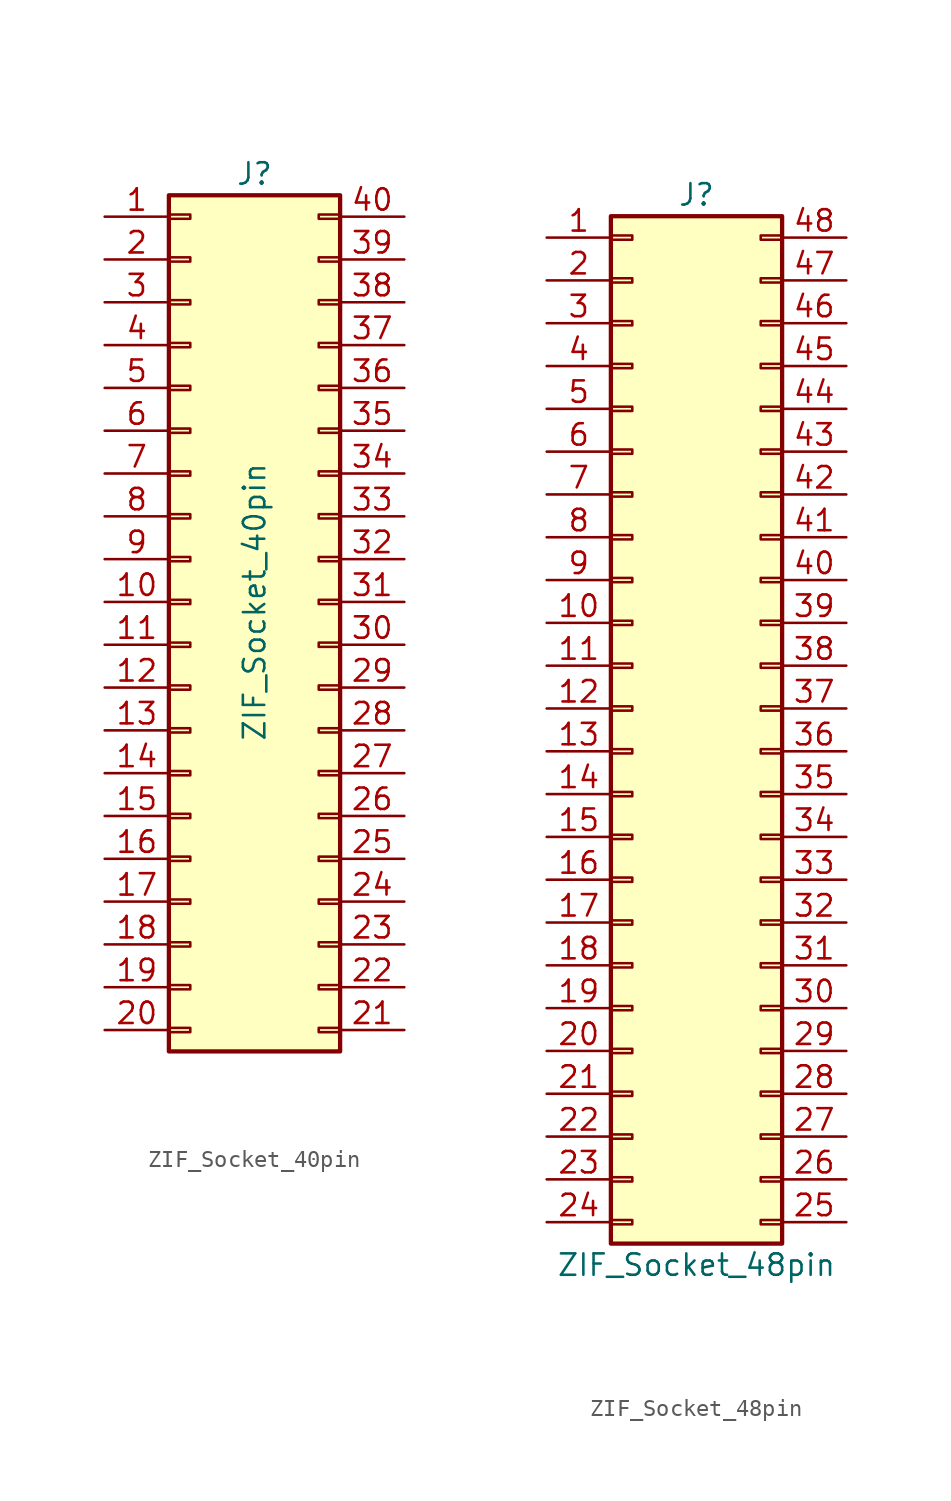
<source format=kicad_sym>
(kicad_symbol_lib
  (version 20211014)
  (generator kicad_symbol_editor)
  (symbol "ZIF_Socket_40pin"
    (pin_names
      (offset 1.016) hide)
    (property "Reference" "J"
      (at 3.81 25.4 0)
      (effects (font (size 1.27 1.27))))
    (property "Value" "ZIF_Socket_40pin"
      (at 3.81 0 90)
      (effects (font (size 1.27 1.27))))
    (symbol "ZIF_Socket_40pin_1_1"
      (rectangle (start -1.27 -25.273) (end 0 -25.527) (stroke (width 0.152) (type default) (color 0 0 0 0)) (fill (type none)))
      (rectangle (start -1.27 -22.733) (end 0 -22.987) (stroke (width 0.152) (type default) (color 0 0 0 0)) (fill (type none)))
      (rectangle (start -1.27 -20.193) (end 0 -20.447) (stroke (width 0.152) (type default) (color 0 0 0 0)) (fill (type none)))
      (rectangle (start -1.27 -17.653) (end 0 -17.907) (stroke (width 0.152) (type default) (color 0 0 0 0)) (fill (type none)))
      (rectangle (start -1.27 -15.113) (end 0 -15.367) (stroke (width 0.152) (type default) (color 0 0 0 0)) (fill (type none)))
      (rectangle (start -1.27 -12.573) (end 0 -12.827) (stroke (width 0.152) (type default) (color 0 0 0 0)) (fill (type none)))
      (rectangle (start -1.27 -10.033) (end 0 -10.287) (stroke (width 0.152) (type default) (color 0 0 0 0)) (fill (type none)))
      (rectangle (start -1.27 -7.493) (end 0 -7.747) (stroke (width 0.152) (type default) (color 0 0 0 0)) (fill (type none)))
      (rectangle (start -1.27 -4.953) (end 0 -5.207) (stroke (width 0.152) (type default) (color 0 0 0 0)) (fill (type none)))
      (rectangle (start -1.27 -2.413) (end 0 -2.667) (stroke (width 0.152) (type default) (color 0 0 0 0)) (fill (type none)))
      (rectangle (start -1.27 0.127) (end 0 -0.127) (stroke (width 0.152) (type default) (color 0 0 0 0)) (fill (type none)))
      (rectangle (start -1.27 2.667) (end 0 2.413) (stroke (width 0.152) (type default) (color 0 0 0 0)) (fill (type none)))
      (rectangle (start -1.27 5.207) (end 0 4.953) (stroke (width 0.152) (type default) (color 0 0 0 0)) (fill (type none)))
      (rectangle (start -1.27 7.747) (end 0 7.493) (stroke (width 0.152) (type default) (color 0 0 0 0)) (fill (type none)))
      (rectangle (start -1.27 10.287) (end 0 10.033) (stroke (width 0.152) (type default) (color 0 0 0 0)) (fill (type none)))
      (rectangle (start -1.27 12.827) (end 0 12.573) (stroke (width 0.152) (type default) (color 0 0 0 0)) (fill (type none)))
      (rectangle (start -1.27 15.367) (end 0 15.113) (stroke (width 0.152) (type default) (color 0 0 0 0)) (fill (type none)))
      (rectangle (start -1.27 17.907) (end 0 17.653) (stroke (width 0.152) (type default) (color 0 0 0 0)) (fill (type none)))
      (rectangle (start -1.27 20.447) (end 0 20.193) (stroke (width 0.152) (type default) (color 0 0 0 0)) (fill (type none)))
      (rectangle (start -1.27 22.987) (end 0 22.733) (stroke (width 0.152) (type default) (color 0 0 0 0)) (fill (type none)))
      (rectangle (start -1.27 24.13) (end 8.89 -26.67) (stroke (width 0.254) (type default) (color 0 0 0 0)) (fill (type background)))
      (rectangle (start 8.89 -25.273) (end 7.62 -25.527) (stroke (width 0.152) (type default) (color 0 0 0 0)) (fill (type none)))
      (rectangle (start 8.89 -22.733) (end 7.62 -22.987) (stroke (width 0.152) (type default) (color 0 0 0 0)) (fill (type none)))
      (rectangle (start 8.89 -20.193) (end 7.62 -20.447) (stroke (width 0.152) (type default) (color 0 0 0 0)) (fill (type none)))
      (rectangle (start 8.89 -17.653) (end 7.62 -17.907) (stroke (width 0.152) (type default) (color 0 0 0 0)) (fill (type none)))
      (rectangle (start 8.89 -15.113) (end 7.62 -15.367) (stroke (width 0.152) (type default) (color 0 0 0 0)) (fill (type none)))
      (rectangle (start 8.89 -12.573) (end 7.62 -12.827) (stroke (width 0.152) (type default) (color 0 0 0 0)) (fill (type none)))
      (rectangle (start 8.89 -10.033) (end 7.62 -10.287) (stroke (width 0.152) (type default) (color 0 0 0 0)) (fill (type none)))
      (rectangle (start 8.89 -7.493) (end 7.62 -7.747) (stroke (width 0.152) (type default) (color 0 0 0 0)) (fill (type none)))
      (rectangle (start 8.89 -4.953) (end 7.62 -5.207) (stroke (width 0.152) (type default) (color 0 0 0 0)) (fill (type none)))
      (rectangle (start 8.89 -2.413) (end 7.62 -2.667) (stroke (width 0.152) (type default) (color 0 0 0 0)) (fill (type none)))
      (rectangle (start 8.89 0.127) (end 7.62 -0.127) (stroke (width 0.152) (type default) (color 0 0 0 0)) (fill (type none)))
      (rectangle (start 8.89 2.667) (end 7.62 2.413) (stroke (width 0.152) (type default) (color 0 0 0 0)) (fill (type none)))
      (rectangle (start 8.89 5.207) (end 7.62 4.953) (stroke (width 0.152) (type default) (color 0 0 0 0)) (fill (type none)))
      (rectangle (start 8.89 7.747) (end 7.62 7.493) (stroke (width 0.152) (type default) (color 0 0 0 0)) (fill (type none)))
      (rectangle (start 8.89 10.287) (end 7.62 10.033) (stroke (width 0.152) (type default) (color 0 0 0 0)) (fill (type none)))
      (rectangle (start 8.89 12.827) (end 7.62 12.573) (stroke (width 0.152) (type default) (color 0 0 0 0)) (fill (type none)))
      (rectangle (start 8.89 15.367) (end 7.62 15.113) (stroke (width 0.152) (type default) (color 0 0 0 0)) (fill (type none)))
      (rectangle (start 8.89 17.907) (end 7.62 17.653) (stroke (width 0.152) (type default) (color 0 0 0 0)) (fill (type none)))
      (rectangle (start 8.89 20.447) (end 7.62 20.193) (stroke (width 0.152) (type default) (color 0 0 0 0)) (fill (type none)))
      (rectangle (start 8.89 22.987) (end 7.62 22.733) (stroke (width 0.152) (type default) (color 0 0 0 0)) (fill (type none)))
      (pin passive line (at -5.08 22.86 0) (length 3.81) (name "Pin_1" (effects (font (size 1.27 1.27)))) (number "1" (effects (font (size 1.27 1.27)))))
      (pin passive line (at -5.08 0 0) (length 3.81) (name "Pin_10" (effects (font (size 1.27 1.27)))) (number "10" (effects (font (size 1.27 1.27)))))
      (pin passive line (at -5.08 -2.54 0) (length 3.81) (name "Pin_11" (effects (font (size 1.27 1.27)))) (number "11" (effects (font (size 1.27 1.27)))))
      (pin passive line (at -5.08 -5.08 0) (length 3.81) (name "Pin_12" (effects (font (size 1.27 1.27)))) (number "12" (effects (font (size 1.27 1.27)))))
      (pin passive line (at -5.08 -7.62 0) (length 3.81) (name "Pin_13" (effects (font (size 1.27 1.27)))) (number "13" (effects (font (size 1.27 1.27)))))
      (pin passive line (at -5.08 -10.16 0) (length 3.81) (name "Pin_14" (effects (font (size 1.27 1.27)))) (number "14" (effects (font (size 1.27 1.27)))))
      (pin passive line (at -5.08 -12.7 0) (length 3.81) (name "Pin_15" (effects (font (size 1.27 1.27)))) (number "15" (effects (font (size 1.27 1.27)))))
      (pin passive line (at -5.08 -15.24 0) (length 3.81) (name "Pin_16" (effects (font (size 1.27 1.27)))) (number "16" (effects (font (size 1.27 1.27)))))
      (pin passive line (at -5.08 -17.78 0) (length 3.81) (name "Pin_17" (effects (font (size 1.27 1.27)))) (number "17" (effects (font (size 1.27 1.27)))))
      (pin passive line (at -5.08 -20.32 0) (length 3.81) (name "Pin_18" (effects (font (size 1.27 1.27)))) (number "18" (effects (font (size 1.27 1.27)))))
      (pin passive line (at -5.08 -22.86 0) (length 3.81) (name "Pin_19" (effects (font (size 1.27 1.27)))) (number "19" (effects (font (size 1.27 1.27)))))
      (pin passive line (at -5.08 20.32 0) (length 3.81) (name "Pin_2" (effects (font (size 1.27 1.27)))) (number "2" (effects (font (size 1.27 1.27)))))
      (pin passive line (at -5.08 -25.4 0) (length 3.81) (name "Pin_20" (effects (font (size 1.27 1.27)))) (number "20" (effects (font (size 1.27 1.27)))))
      (pin passive line (at 12.7 -25.4 180) (length 3.81) (name "Pin_21" (effects (font (size 1.27 1.27)))) (number "21" (effects (font (size 1.27 1.27)))))
      (pin passive line (at 12.7 -22.86 180) (length 3.81) (name "Pin_22" (effects (font (size 1.27 1.27)))) (number "22" (effects (font (size 1.27 1.27)))))
      (pin passive line (at 12.7 -20.32 180) (length 3.81) (name "Pin_23" (effects (font (size 1.27 1.27)))) (number "23" (effects (font (size 1.27 1.27)))))
      (pin passive line (at 12.7 -17.78 180) (length 3.81) (name "Pin_24" (effects (font (size 1.27 1.27)))) (number "24" (effects (font (size 1.27 1.27)))))
      (pin passive line (at 12.7 -15.24 180) (length 3.81) (name "Pin_25" (effects (font (size 1.27 1.27)))) (number "25" (effects (font (size 1.27 1.27)))))
      (pin passive line (at 12.7 -12.7 180) (length 3.81) (name "Pin_26" (effects (font (size 1.27 1.27)))) (number "26" (effects (font (size 1.27 1.27)))))
      (pin passive line (at 12.7 -10.16 180) (length 3.81) (name "Pin_27" (effects (font (size 1.27 1.27)))) (number "27" (effects (font (size 1.27 1.27)))))
      (pin passive line (at 12.7 -7.62 180) (length 3.81) (name "Pin_28" (effects (font (size 1.27 1.27)))) (number "28" (effects (font (size 1.27 1.27)))))
      (pin passive line (at 12.7 -5.08 180) (length 3.81) (name "Pin_29" (effects (font (size 1.27 1.27)))) (number "29" (effects (font (size 1.27 1.27)))))
      (pin passive line (at -5.08 17.78 0) (length 3.81) (name "Pin_3" (effects (font (size 1.27 1.27)))) (number "3" (effects (font (size 1.27 1.27)))))
      (pin passive line (at 12.7 -2.54 180) (length 3.81) (name "Pin_30" (effects (font (size 1.27 1.27)))) (number "30" (effects (font (size 1.27 1.27)))))
      (pin passive line (at 12.7 0 180) (length 3.81) (name "Pin_31" (effects (font (size 1.27 1.27)))) (number "31" (effects (font (size 1.27 1.27)))))
      (pin passive line (at 12.7 2.54 180) (length 3.81) (name "Pin_32" (effects (font (size 1.27 1.27)))) (number "32" (effects (font (size 1.27 1.27)))))
      (pin passive line (at 12.7 5.08 180) (length 3.81) (name "Pin_33" (effects (font (size 1.27 1.27)))) (number "33" (effects (font (size 1.27 1.27)))))
      (pin passive line (at 12.7 7.62 180) (length 3.81) (name "Pin_34" (effects (font (size 1.27 1.27)))) (number "34" (effects (font (size 1.27 1.27)))))
      (pin passive line (at 12.7 10.16 180) (length 3.81) (name "Pin_35" (effects (font (size 1.27 1.27)))) (number "35" (effects (font (size 1.27 1.27)))))
      (pin passive line (at 12.7 12.7 180) (length 3.81) (name "Pin_36" (effects (font (size 1.27 1.27)))) (number "36" (effects (font (size 1.27 1.27)))))
      (pin passive line (at 12.7 15.24 180) (length 3.81) (name "Pin_37" (effects (font (size 1.27 1.27)))) (number "37" (effects (font (size 1.27 1.27)))))
      (pin passive line (at 12.7 17.78 180) (length 3.81) (name "Pin_38" (effects (font (size 1.27 1.27)))) (number "38" (effects (font (size 1.27 1.27)))))
      (pin passive line (at 12.7 20.32 180) (length 3.81) (name "Pin_39" (effects (font (size 1.27 1.27)))) (number "39" (effects (font (size 1.27 1.27)))))
      (pin passive line (at -5.08 15.24 0) (length 3.81) (name "Pin_4" (effects (font (size 1.27 1.27)))) (number "4" (effects (font (size 1.27 1.27)))))
      (pin passive line (at 12.7 22.86 180) (length 3.81) (name "Pin_40" (effects (font (size 1.27 1.27)))) (number "40" (effects (font (size 1.27 1.27)))))
      (pin passive line (at -5.08 12.7 0) (length 3.81) (name "Pin_5" (effects (font (size 1.27 1.27)))) (number "5" (effects (font (size 1.27 1.27)))))
      (pin passive line (at -5.08 10.16 0) (length 3.81) (name "Pin_6" (effects (font (size 1.27 1.27)))) (number "6" (effects (font (size 1.27 1.27)))))
      (pin passive line (at -5.08 7.62 0) (length 3.81) (name "Pin_7" (effects (font (size 1.27 1.27)))) (number "7" (effects (font (size 1.27 1.27)))))
      (pin passive line (at -5.08 5.08 0) (length 3.81) (name "Pin_8" (effects (font (size 1.27 1.27)))) (number "8" (effects (font (size 1.27 1.27)))))
      (pin passive line (at -5.08 2.54 0) (length 3.81) (name "Pin_9" (effects (font (size 1.27 1.27)))) (number "9" (effects (font (size 1.27 1.27)))))))
  (symbol "ZIF_Socket_48pin"
    (pin_names hide)
    (property "Reference" "J"
      (at 3.81 30.48 0)
      (effects (font (size 1.27 1.27))))
    (property "Value" "ZIF_Socket_48pin"
      (at 3.81 -33.02 0)
      (effects (font (size 1.27 1.27))))
    (symbol "ZIF_Socket_48pin_1_1"
      (rectangle (start -1.27 -30.353) (end 0 -30.607) (stroke (width 0.152) (type default) (color 0 0 0 0)) (fill (type none)))
      (rectangle (start -1.27 -27.813) (end 0 -28.067) (stroke (width 0.152) (type default) (color 0 0 0 0)) (fill (type none)))
      (rectangle (start -1.27 -25.273) (end 0 -25.527) (stroke (width 0.152) (type default) (color 0 0 0 0)) (fill (type none)))
      (rectangle (start -1.27 -22.733) (end 0 -22.987) (stroke (width 0.152) (type default) (color 0 0 0 0)) (fill (type none)))
      (rectangle (start -1.27 -20.193) (end 0 -20.447) (stroke (width 0.152) (type default) (color 0 0 0 0)) (fill (type none)))
      (rectangle (start -1.27 -17.653) (end 0 -17.907) (stroke (width 0.152) (type default) (color 0 0 0 0)) (fill (type none)))
      (rectangle (start -1.27 -15.113) (end 0 -15.367) (stroke (width 0.152) (type default) (color 0 0 0 0)) (fill (type none)))
      (rectangle (start -1.27 -12.573) (end 0 -12.827) (stroke (width 0.152) (type default) (color 0 0 0 0)) (fill (type none)))
      (rectangle (start -1.27 -10.033) (end 0 -10.287) (stroke (width 0.152) (type default) (color 0 0 0 0)) (fill (type none)))
      (rectangle (start -1.27 -7.493) (end 0 -7.747) (stroke (width 0.152) (type default) (color 0 0 0 0)) (fill (type none)))
      (rectangle (start -1.27 -4.953) (end 0 -5.207) (stroke (width 0.152) (type default) (color 0 0 0 0)) (fill (type none)))
      (rectangle (start -1.27 -2.413) (end 0 -2.667) (stroke (width 0.152) (type default) (color 0 0 0 0)) (fill (type none)))
      (rectangle (start -1.27 0.127) (end 0 -0.127) (stroke (width 0.152) (type default) (color 0 0 0 0)) (fill (type none)))
      (rectangle (start -1.27 2.667) (end 0 2.413) (stroke (width 0.152) (type default) (color 0 0 0 0)) (fill (type none)))
      (rectangle (start -1.27 5.207) (end 0 4.953) (stroke (width 0.152) (type default) (color 0 0 0 0)) (fill (type none)))
      (rectangle (start -1.27 7.747) (end 0 7.493) (stroke (width 0.152) (type default) (color 0 0 0 0)) (fill (type none)))
      (rectangle (start -1.27 10.287) (end 0 10.033) (stroke (width 0.152) (type default) (color 0 0 0 0)) (fill (type none)))
      (rectangle (start -1.27 12.827) (end 0 12.573) (stroke (width 0.152) (type default) (color 0 0 0 0)) (fill (type none)))
      (rectangle (start -1.27 15.367) (end 0 15.113) (stroke (width 0.152) (type default) (color 0 0 0 0)) (fill (type none)))
      (rectangle (start -1.27 17.907) (end 0 17.653) (stroke (width 0.152) (type default) (color 0 0 0 0)) (fill (type none)))
      (rectangle (start -1.27 20.447) (end 0 20.193) (stroke (width 0.152) (type default) (color 0 0 0 0)) (fill (type none)))
      (rectangle (start -1.27 22.987) (end 0 22.733) (stroke (width 0.152) (type default) (color 0 0 0 0)) (fill (type none)))
      (rectangle (start -1.27 25.527) (end 0 25.273) (stroke (width 0.152) (type default) (color 0 0 0 0)) (fill (type none)))
      (rectangle (start -1.27 28.067) (end 0 27.813) (stroke (width 0.152) (type default) (color 0 0 0 0)) (fill (type none)))
      (rectangle (start -1.27 29.21) (end 8.89 -31.75) (stroke (width 0.254) (type default) (color 0 0 0 0)) (fill (type background)))
      (rectangle (start 8.89 -30.353) (end 7.62 -30.607) (stroke (width 0.152) (type default) (color 0 0 0 0)) (fill (type none)))
      (rectangle (start 8.89 -27.813) (end 7.62 -28.067) (stroke (width 0.152) (type default) (color 0 0 0 0)) (fill (type none)))
      (rectangle (start 8.89 -25.273) (end 7.62 -25.527) (stroke (width 0.152) (type default) (color 0 0 0 0)) (fill (type none)))
      (rectangle (start 8.89 -22.733) (end 7.62 -22.987) (stroke (width 0.152) (type default) (color 0 0 0 0)) (fill (type none)))
      (rectangle (start 8.89 -20.193) (end 7.62 -20.447) (stroke (width 0.152) (type default) (color 0 0 0 0)) (fill (type none)))
      (rectangle (start 8.89 -17.653) (end 7.62 -17.907) (stroke (width 0.152) (type default) (color 0 0 0 0)) (fill (type none)))
      (rectangle (start 8.89 -15.113) (end 7.62 -15.367) (stroke (width 0.152) (type default) (color 0 0 0 0)) (fill (type none)))
      (rectangle (start 8.89 -12.573) (end 7.62 -12.827) (stroke (width 0.152) (type default) (color 0 0 0 0)) (fill (type none)))
      (rectangle (start 8.89 -10.033) (end 7.62 -10.287) (stroke (width 0.152) (type default) (color 0 0 0 0)) (fill (type none)))
      (rectangle (start 8.89 -7.493) (end 7.62 -7.747) (stroke (width 0.152) (type default) (color 0 0 0 0)) (fill (type none)))
      (rectangle (start 8.89 -4.953) (end 7.62 -5.207) (stroke (width 0.152) (type default) (color 0 0 0 0)) (fill (type none)))
      (rectangle (start 8.89 -2.413) (end 7.62 -2.667) (stroke (width 0.152) (type default) (color 0 0 0 0)) (fill (type none)))
      (rectangle (start 8.89 0.127) (end 7.62 -0.127) (stroke (width 0.152) (type default) (color 0 0 0 0)) (fill (type none)))
      (rectangle (start 8.89 2.667) (end 7.62 2.413) (stroke (width 0.152) (type default) (color 0 0 0 0)) (fill (type none)))
      (rectangle (start 8.89 5.207) (end 7.62 4.953) (stroke (width 0.152) (type default) (color 0 0 0 0)) (fill (type none)))
      (rectangle (start 8.89 7.747) (end 7.62 7.493) (stroke (width 0.152) (type default) (color 0 0 0 0)) (fill (type none)))
      (rectangle (start 8.89 10.287) (end 7.62 10.033) (stroke (width 0.152) (type default) (color 0 0 0 0)) (fill (type none)))
      (rectangle (start 8.89 12.827) (end 7.62 12.573) (stroke (width 0.152) (type default) (color 0 0 0 0)) (fill (type none)))
      (rectangle (start 8.89 15.367) (end 7.62 15.113) (stroke (width 0.152) (type default) (color 0 0 0 0)) (fill (type none)))
      (rectangle (start 8.89 17.907) (end 7.62 17.653) (stroke (width 0.152) (type default) (color 0 0 0 0)) (fill (type none)))
      (rectangle (start 8.89 20.447) (end 7.62 20.193) (stroke (width 0.152) (type default) (color 0 0 0 0)) (fill (type none)))
      (rectangle (start 8.89 22.987) (end 7.62 22.733) (stroke (width 0.152) (type default) (color 0 0 0 0)) (fill (type none)))
      (rectangle (start 8.89 25.527) (end 7.62 25.273) (stroke (width 0.152) (type default) (color 0 0 0 0)) (fill (type none)))
      (rectangle (start 8.89 28.067) (end 7.62 27.813) (stroke (width 0.152) (type default) (color 0 0 0 0)) (fill (type none)))
      (pin passive line (at -5.08 27.94 0) (length 3.81) (name "GND" (effects (font (size 1.27 1.27)))) (number "1" (effects (font (size 1.27 1.27)))))
      (pin passive line (at -5.08 5.08 0) (length 3.81) (name "E0" (effects (font (size 1.27 1.27)))) (number "10" (effects (font (size 1.27 1.27)))))
      (pin passive line (at -5.08 2.54 0) (length 3.81) (name "P30" (effects (font (size 1.27 1.27)))) (number "11" (effects (font (size 1.27 1.27)))))
      (pin passive line (at -5.08 0 0) (length 3.81) (name "P31" (effects (font (size 1.27 1.27)))) (number "12" (effects (font (size 1.27 1.27)))))
      (pin passive line (at -5.08 -2.54 0) (length 3.81) (name "P32" (effects (font (size 1.27 1.27)))) (number "13" (effects (font (size 1.27 1.27)))))
      (pin passive line (at -5.08 -5.08 0) (length 3.81) (name "P33" (effects (font (size 1.27 1.27)))) (number "14" (effects (font (size 1.27 1.27)))))
      (pin passive line (at -5.08 -7.62 0) (length 3.81) (name "P34" (effects (font (size 1.27 1.27)))) (number "15" (effects (font (size 1.27 1.27)))))
      (pin passive line (at -5.08 -10.16 0) (length 3.81) (name "P35" (effects (font (size 1.27 1.27)))) (number "16" (effects (font (size 1.27 1.27)))))
      (pin passive line (at -5.08 -12.7 0) (length 3.81) (name "P36" (effects (font (size 1.27 1.27)))) (number "17" (effects (font (size 1.27 1.27)))))
      (pin passive line (at -5.08 -15.24 0) (length 3.81) (name "P37" (effects (font (size 1.27 1.27)))) (number "18" (effects (font (size 1.27 1.27)))))
      (pin passive line (at -5.08 -17.78 0) (length 3.81) (name "E2" (effects (font (size 1.27 1.27)))) (number "19" (effects (font (size 1.27 1.27)))))
      (pin passive line (at -5.08 25.4 0) (length 3.81) (name "P10" (effects (font (size 1.27 1.27)))) (number "2" (effects (font (size 1.27 1.27)))))
      (pin passive line (at -5.08 -20.32 0) (length 3.81) (name "P50" (effects (font (size 1.27 1.27)))) (number "20" (effects (font (size 1.27 1.27)))))
      (pin passive line (at -5.08 -22.86 0) (length 3.81) (name "P51" (effects (font (size 1.27 1.27)))) (number "21" (effects (font (size 1.27 1.27)))))
      (pin passive line (at -5.08 -25.4 0) (length 3.81) (name "P52" (effects (font (size 1.27 1.27)))) (number "22" (effects (font (size 1.27 1.27)))))
      (pin passive line (at -5.08 -27.94 0) (length 3.81) (name "P53" (effects (font (size 1.27 1.27)))) (number "23" (effects (font (size 1.27 1.27)))))
      (pin passive line (at -5.08 -30.48 0) (length 3.81) (name "VCC" (effects (font (size 1.27 1.27)))) (number "24" (effects (font (size 1.27 1.27)))))
      (pin passive line (at 12.7 -30.48 180) (length 3.81) (name "VCC" (effects (font (size 1.27 1.27)))) (number "25" (effects (font (size 1.27 1.27)))))
      (pin passive line (at 12.7 -27.94 180) (length 3.81) (name "P57" (effects (font (size 1.27 1.27)))) (number "26" (effects (font (size 1.27 1.27)))))
      (pin passive line (at 12.7 -25.4 180) (length 3.81) (name "P56" (effects (font (size 1.27 1.27)))) (number "27" (effects (font (size 1.27 1.27)))))
      (pin passive line (at 12.7 -22.86 180) (length 3.81) (name "P55" (effects (font (size 1.27 1.27)))) (number "28" (effects (font (size 1.27 1.27)))))
      (pin passive line (at 12.7 -20.32 180) (length 3.81) (name "P54" (effects (font (size 1.27 1.27)))) (number "29" (effects (font (size 1.27 1.27)))))
      (pin passive line (at -5.08 22.86 0) (length 3.81) (name "P11" (effects (font (size 1.27 1.27)))) (number "3" (effects (font (size 1.27 1.27)))))
      (pin passive line (at 12.7 -17.78 180) (length 3.81) (name "E3" (effects (font (size 1.27 1.27)))) (number "30" (effects (font (size 1.27 1.27)))))
      (pin passive line (at 12.7 -15.24 180) (length 3.81) (name "P47" (effects (font (size 1.27 1.27)))) (number "31" (effects (font (size 1.27 1.27)))))
      (pin passive line (at 12.7 -12.7 180) (length 3.81) (name "P46" (effects (font (size 1.27 1.27)))) (number "32" (effects (font (size 1.27 1.27)))))
      (pin passive line (at 12.7 -10.16 180) (length 3.81) (name "P45" (effects (font (size 1.27 1.27)))) (number "33" (effects (font (size 1.27 1.27)))))
      (pin passive line (at 12.7 -7.62 180) (length 3.81) (name "P44" (effects (font (size 1.27 1.27)))) (number "34" (effects (font (size 1.27 1.27)))))
      (pin passive line (at 12.7 -5.08 180) (length 3.81) (name "P43" (effects (font (size 1.27 1.27)))) (number "35" (effects (font (size 1.27 1.27)))))
      (pin passive line (at 12.7 -2.54 180) (length 3.81) (name "P42" (effects (font (size 1.27 1.27)))) (number "36" (effects (font (size 1.27 1.27)))))
      (pin passive line (at 12.7 0 180) (length 3.81) (name "P41" (effects (font (size 1.27 1.27)))) (number "37" (effects (font (size 1.27 1.27)))))
      (pin passive line (at 12.7 2.54 180) (length 3.81) (name "P40" (effects (font (size 1.27 1.27)))) (number "38" (effects (font (size 1.27 1.27)))))
      (pin passive line (at 12.7 5.08 180) (length 3.81) (name "E1" (effects (font (size 1.27 1.27)))) (number "39" (effects (font (size 1.27 1.27)))))
      (pin passive line (at -5.08 20.32 0) (length 3.81) (name "P12" (effects (font (size 1.27 1.27)))) (number "4" (effects (font (size 1.27 1.27)))))
      (pin passive line (at 12.7 7.62 180) (length 3.81) (name "P27" (effects (font (size 1.27 1.27)))) (number "40" (effects (font (size 1.27 1.27)))))
      (pin passive line (at 12.7 10.16 180) (length 3.81) (name "P26" (effects (font (size 1.27 1.27)))) (number "41" (effects (font (size 1.27 1.27)))))
      (pin passive line (at 12.7 12.7 180) (length 3.81) (name "P25" (effects (font (size 1.27 1.27)))) (number "42" (effects (font (size 1.27 1.27)))))
      (pin passive line (at 12.7 15.24 180) (length 3.81) (name "P24" (effects (font (size 1.27 1.27)))) (number "43" (effects (font (size 1.27 1.27)))))
      (pin passive line (at 12.7 17.78 180) (length 3.81) (name "P23" (effects (font (size 1.27 1.27)))) (number "44" (effects (font (size 1.27 1.27)))))
      (pin passive line (at 12.7 20.32 180) (length 3.81) (name "P22" (effects (font (size 1.27 1.27)))) (number "45" (effects (font (size 1.27 1.27)))))
      (pin passive line (at 12.7 22.86 180) (length 3.81) (name "P21" (effects (font (size 1.27 1.27)))) (number "46" (effects (font (size 1.27 1.27)))))
      (pin passive line (at 12.7 25.4 180) (length 3.81) (name "P20" (effects (font (size 1.27 1.27)))) (number "47" (effects (font (size 1.27 1.27)))))
      (pin passive line (at 12.7 27.94 180) (length 3.81) (name "GND" (effects (font (size 1.27 1.27)))) (number "48" (effects (font (size 1.27 1.27)))))
      (pin passive line (at -5.08 17.78 0) (length 3.81) (name "P13" (effects (font (size 1.27 1.27)))) (number "5" (effects (font (size 1.27 1.27)))))
      (pin passive line (at -5.08 15.24 0) (length 3.81) (name "P14" (effects (font (size 1.27 1.27)))) (number "6" (effects (font (size 1.27 1.27)))))
      (pin passive line (at -5.08 12.7 0) (length 3.81) (name "P15" (effects (font (size 1.27 1.27)))) (number "7" (effects (font (size 1.27 1.27)))))
      (pin passive line (at -5.08 10.16 0) (length 3.81) (name "P16" (effects (font (size 1.27 1.27)))) (number "8" (effects (font (size 1.27 1.27)))))
      (pin passive line (at -5.08 7.62 0) (length 3.81) (name "P17" (effects (font (size 1.27 1.27)))) (number "9" (effects (font (size 1.27 1.27))))))))
</source>
